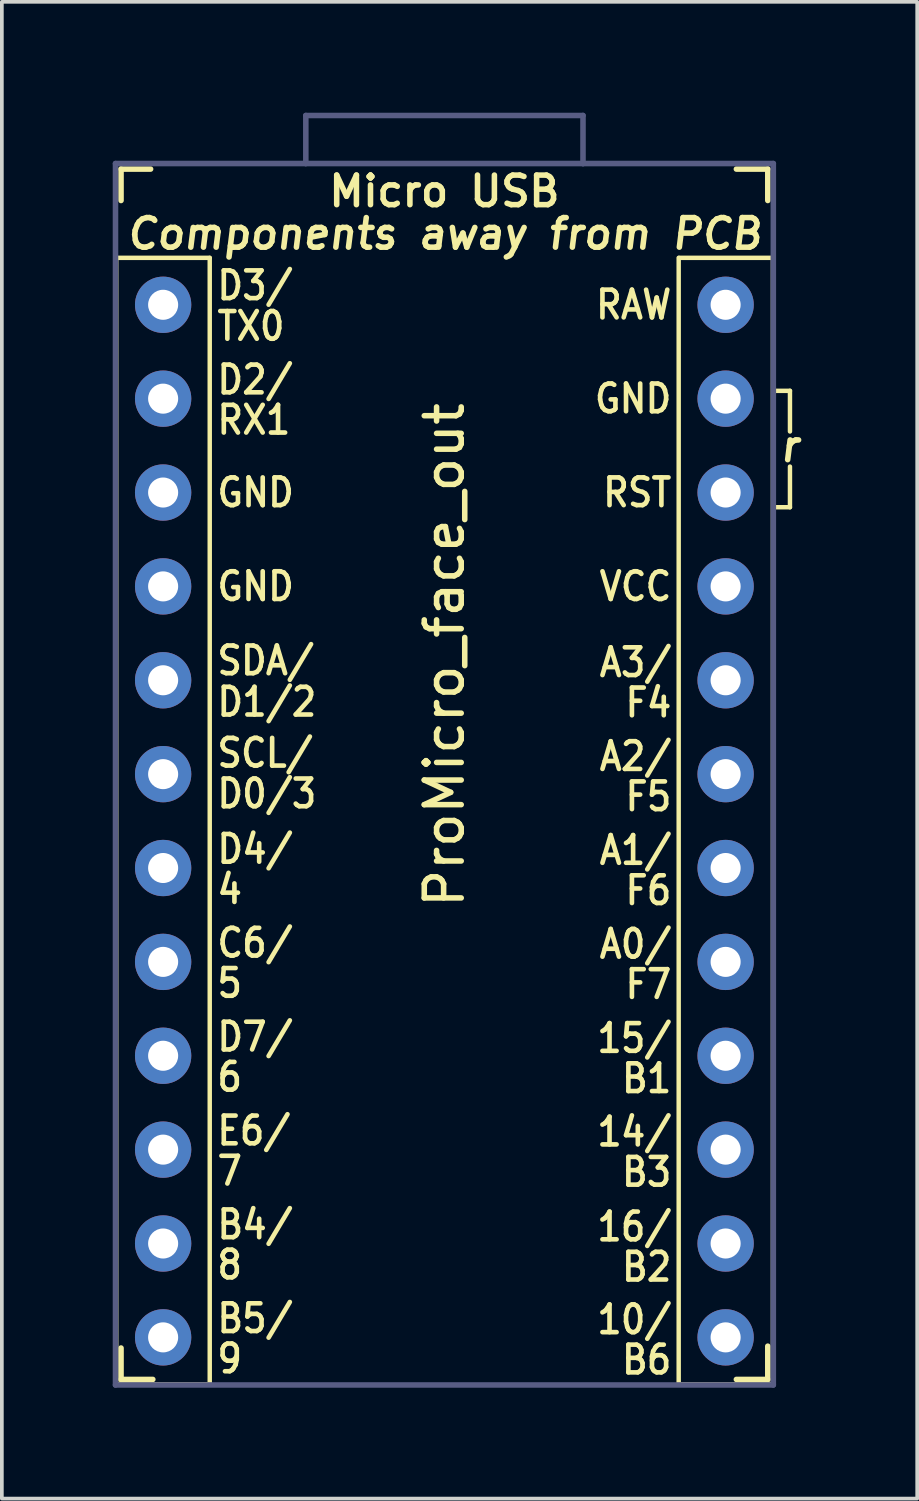
<source format=kicad_pcb>
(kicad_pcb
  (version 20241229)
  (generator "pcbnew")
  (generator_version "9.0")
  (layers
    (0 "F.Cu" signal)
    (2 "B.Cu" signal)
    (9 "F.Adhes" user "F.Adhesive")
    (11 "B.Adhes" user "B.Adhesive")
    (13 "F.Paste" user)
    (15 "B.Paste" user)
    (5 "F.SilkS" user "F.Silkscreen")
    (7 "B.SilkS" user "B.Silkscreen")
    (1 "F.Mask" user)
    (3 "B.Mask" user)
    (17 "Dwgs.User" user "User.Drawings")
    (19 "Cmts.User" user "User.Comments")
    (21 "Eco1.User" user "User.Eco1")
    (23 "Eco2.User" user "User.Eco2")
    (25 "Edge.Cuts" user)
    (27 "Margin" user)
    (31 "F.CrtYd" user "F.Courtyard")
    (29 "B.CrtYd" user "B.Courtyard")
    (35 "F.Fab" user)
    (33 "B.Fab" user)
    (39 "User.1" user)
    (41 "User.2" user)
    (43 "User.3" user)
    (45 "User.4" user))
  (footprint "ProMicro_face_out"
    (layer "F.Cu")
    (at 8.975 19.675)
    (property "Reference" "ProMicro_face_out" (at 0 -5 90) (layer "F.SilkS") (effects (font (size 1 1) (thickness 0.15))))
    (fp_line (start -8.89 -15.748) (end -6.35 -15.748) (stroke (width 0.12) (type solid)) (layer "F.SilkS"))
    (fp_line (start -8.89 14.732) (end -6.35 14.732) (stroke (width 0.12) (type solid)) (layer "F.SilkS"))
    (fp_line (start -8.881 -15.748) (end -8.881 14.732) (stroke (width 0.12) (type solid)) (layer "F.SilkS"))
    (fp_line (start -8.75 -18.15) (end -8.75 -17.3) (stroke (width 0.15) (type solid)) (layer "F.SilkS"))
    (fp_line (start -8.75 -18.15) (end -7.95 -18.15) (stroke (width 0.15) (type solid)) (layer "F.SilkS"))
    (fp_line (start -8.75 13.75) (end -8.75 14.6) (stroke (width 0.15) (type solid)) (layer "F.SilkS"))
    (fp_line (start -8.75 14.6) (end -7.89 14.6) (stroke (width 0.15) (type solid)) (layer "F.SilkS"))
    (fp_line (start -6.35 -15.748) (end -6.35 14.732) (stroke (width 0.12) (type solid)) (layer "F.SilkS"))
    (fp_line (start 6.339 -15.748) (end 6.339 14.732) (stroke (width 0.12) (type solid)) (layer "F.SilkS"))
    (fp_line (start 6.35 -15.748) (end 8.89 -15.748) (stroke (width 0.12) (type solid)) (layer "F.SilkS"))
    (fp_line (start 6.35 14.732) (end 8.89 14.732) (stroke (width 0.12) (type solid)) (layer "F.SilkS"))
    (fp_line (start 8.75 -18.15) (end 7.9 -18.15) (stroke (width 0.15) (type solid)) (layer "F.SilkS"))
    (fp_line (start 8.75 -18.15) (end 8.75 -17.3) (stroke (width 0.15) (type solid)) (layer "F.SilkS"))
    (fp_line (start 8.75 13.7) (end 8.75 14.6) (stroke (width 0.15) (type solid)) (layer "F.SilkS"))
    (fp_line (start 8.75 14.6) (end 7.9 14.6) (stroke (width 0.15) (type solid)) (layer "F.SilkS"))
    (fp_line (start 8.89 -15.748) (end 8.89 14.732) (stroke (width 0.12) (type solid)) (layer "F.SilkS"))
    (fp_line (start 8.9 -12.15) (end 9.35 -12.15) (stroke (width 0.12) (type solid)) (layer "F.SilkS"))
    (fp_line (start 9.35 -12.15) (end 9.35 -11.05) (stroke (width 0.12) (type solid)) (layer "F.SilkS"))
    (fp_line (start 9.35 -9) (end 8.9 -9) (stroke (width 0.12) (type solid)) (layer "F.SilkS"))
    (fp_line (start 9.35 -9) (end 9.35 -10.1) (stroke (width 0.12) (type solid)) (layer "F.SilkS"))
    (fp_line (start -8.9 -18.3) (end -8.9 14.75) (stroke (width 0.15) (type solid)) (layer "B.Fab"))
    (fp_line (start -8.9 14.75) (end 8.9 14.75) (stroke (width 0.15) (type solid)) (layer "B.Fab"))
    (fp_line (start -3.76 -18.3) (end -8.9 -18.3) (stroke (width 0.15) (type solid)) (layer "B.Fab"))
    (fp_line (start -3.75 -19.6) (end -3.75 -18.3) (stroke (width 0.15) (type solid)) (layer "B.Fab"))
    (fp_line (start 3.75 -19.6) (end -3.75 -19.6) (stroke (width 0.15) (type solid)) (layer "B.Fab"))
    (fp_line (start 3.75 -19.6) (end 3.75 -18.299) (stroke (width 0.15) (type solid)) (layer "B.Fab"))
    (fp_line (start 3.75 -18.3) (end -3.75 -18.3) (stroke (width 0.15) (type solid)) (layer "B.Fab"))
    (fp_line (start 8.9 -18.3) (end 3.75 -18.3) (stroke (width 0.15) (type solid)) (layer "B.Fab"))
    (fp_line (start 8.9 14.75) (end 8.9 -18.3) (stroke (width 0.15) (type solid)) (layer "B.Fab"))
    (fp_text user "B1" (at 6.209 6.456 0) (unlocked yes) (layer "F.SilkS") (effects (font (size 0.75 0.67) (thickness 0.125)) (justify right)))
    (fp_text user "B2" (at 6.209 11.556 0) (unlocked yes) (layer "F.SilkS") (effects (font (size 0.75 0.67) (thickness 0.125)) (justify right)))
    (fp_text user "4" (at -6.211 1.338 0) (unlocked yes) (layer "F.SilkS") (effects (font (size 0.75 0.67) (thickness 0.125)) (justify left)))
    (fp_text user "8" (at -6.211 11.498 0) (unlocked yes) (layer "F.SilkS") (effects (font (size 0.75 0.67) (thickness 0.125)) (justify left)))
    (fp_text user "B3" (at 6.209 8.988 0) (unlocked yes) (layer "F.SilkS") (effects (font (size 0.75 0.67) (thickness 0.125)) (justify right)))
    (fp_text user "B6" (at 6.209 14.068 0) (unlocked yes) (layer "F.SilkS") (effects (font (size 0.75 0.67) (thickness 0.125)) (justify right)))
    (fp_text user "GND" (at -6.211 -6.858 0) (unlocked yes) (layer "F.SilkS") (effects (font (size 0.75 0.67) (thickness 0.125)) (justify left)))
    (fp_text user "B5/" (at -6.211 12.95 0) (unlocked yes) (layer "F.SilkS") (effects (font (size 0.75 0.67) (thickness 0.125)) (justify left)))
    (fp_text user "15/" (at 6.209 5.368 0) (unlocked yes) (layer "F.SilkS") (effects (font (size 0.75 0.67) (thickness 0.125)) (justify right)))
    (fp_text user "F6" (at 6.209 1.368 0) (unlocked yes) (layer "F.SilkS") (effects (font (size 0.75 0.67) (thickness 0.125)) (justify right)))
    (fp_text user "RAW" (at 6.209 -14.478 0) (unlocked yes) (layer "F.SilkS") (effects (font (size 0.75 0.67) (thickness 0.125)) (justify right)))
    (fp_text user "D0/3" (at -6.211 -1.25 0) (unlocked yes) (layer "F.SilkS") (effects (font (size 0.75 0.67) (thickness 0.125)) (justify left)))
    (fp_text user "5" (at -6.211 3.878 0) (unlocked yes) (layer "F.SilkS") (effects (font (size 0.75 0.67) (thickness 0.125)) (justify left)))
    (fp_text user "A2/" (at 6.209 -2.26 0) (unlocked yes) (layer "F.SilkS") (effects (font (size 0.75 0.67) (thickness 0.125)) (justify right)))
    (fp_text user "9" (at -6.211 14.038 0) (unlocked yes) (layer "F.SilkS") (effects (font (size 0.75 0.67) (thickness 0.125)) (justify left)))
    (fp_text user "C6/" (at -6.211 2.79 0) (unlocked yes) (layer "F.SilkS") (effects (font (size 0.75 0.67) (thickness 0.125)) (justify left)))
    (fp_text user "SDA/" (at -6.211 -4.85 0) (unlocked yes) (layer "F.SilkS") (effects (font (size 0.75 0.67) (thickness 0.125)) (justify left)))
    (fp_text user "r" (at 9.35 -10.65 0) (unlocked yes) (layer "F.SilkS") (effects (font (size 0.8 0.8) (thickness 0.15) (italic yes))))
    (fp_text user "RX1" (at -6.211 -11.362 0) (unlocked yes) (layer "F.SilkS") (effects (font (size 0.75 0.67) (thickness 0.125)) (justify left)))
    (fp_text user "TX0" (at -6.211 -13.9 0) (unlocked yes) (layer "F.SilkS") (effects (font (size 0.75 0.67) (thickness 0.125)) (justify left)))
    (fp_text user "F4" (at 6.209 -3.712 0) (unlocked yes) (layer "F.SilkS") (effects (font (size 0.75 0.67) (thickness 0.125)) (justify right)))
    (fp_text user "SCL/" (at -6.211 -2.35 0) (unlocked yes) (layer "F.SilkS") (effects (font (size 0.75 0.67) (thickness 0.125)) (justify left)))
    (fp_text user "RST" (at 6.209 -9.398 0) (unlocked yes) (layer "F.SilkS") (effects (font (size 0.75 0.67) (thickness 0.125)) (justify right)))
    (fp_text user "D2/" (at -6.211 -12.45 0) (unlocked yes) (layer "F.SilkS") (effects (font (size 0.75 0.67) (thickness 0.125)) (justify left)))
    (fp_text user "F7" (at 6.209 3.908 0) (unlocked yes) (layer "F.SilkS") (effects (font (size 0.75 0.67) (thickness 0.125)) (justify right)))
    (fp_text user "A1/" (at 6.209 0.28 0) (unlocked yes) (layer "F.SilkS") (effects (font (size 0.75 0.67) (thickness 0.125)) (justify right)))
    (fp_text user "6" (at -6.211 6.418 0) (unlocked yes) (layer "F.SilkS") (effects (font (size 0.75 0.67) (thickness 0.125)) (justify left)))
    (fp_text user "E6/" (at -6.211 7.87 0) (unlocked yes) (layer "F.SilkS") (effects (font (size 0.75 0.67) (thickness 0.125)) (justify left)))
    (fp_text user "B4/" (at -6.211 10.41 0) (unlocked yes) (layer "F.SilkS") (effects (font (size 0.75 0.67) (thickness 0.125)) (justify left)))
    (fp_text user "F5" (at 6.209 -1.172 0) (unlocked yes) (layer "F.SilkS") (effects (font (size 0.75 0.67) (thickness 0.125)) (justify right)))
    (fp_text user "16/" (at 6.209 10.468 0) (unlocked yes) (layer "F.SilkS") (effects (font (size 0.75 0.67) (thickness 0.125)) (justify right)))
    (fp_text user "Components away from PCB" (at 0 -16.4 0) (unlocked yes) (layer "F.SilkS") (effects (font (size 0.8 0.8) (thickness 0.15) (italic yes))))
    (fp_text user "10/" (at 6.209 12.98 0) (unlocked yes) (layer "F.SilkS") (effects (font (size 0.75 0.67) (thickness 0.125)) (justify right)))
    (fp_text user "GND" (at 6.209 -11.938 0) (unlocked yes) (layer "F.SilkS") (effects (font (size 0.75 0.67) (thickness 0.125)) (justify right)))
    (fp_text user "D4/" (at -6.211 0.25 0) (unlocked yes) (layer "F.SilkS") (effects (font (size 0.75 0.67) (thickness 0.125)) (justify left)))
    (fp_text user "14/" (at 6.209 7.9 0) (unlocked yes) (layer "F.SilkS") (effects (font (size 0.75 0.67) (thickness 0.125)) (justify right)))
    (fp_text user "A3/" (at 6.209 -4.8 0) (unlocked yes) (layer "F.SilkS") (effects (font (size 0.75 0.67) (thickness 0.125)) (justify right)))
    (fp_text user "GND" (at -6.211 -9.398 0) (unlocked yes) (layer "F.SilkS") (effects (font (size 0.75 0.67) (thickness 0.125)) (justify left)))
    (fp_text user "VCC" (at 6.209 -6.858 0) (unlocked yes) (layer "F.SilkS") (effects (font (size 0.75 0.67) (thickness 0.125)) (justify right)))
    (fp_text user "D1/2" (at -6.211 -3.732 0) (unlocked yes) (layer "F.SilkS") (effects (font (size 0.75 0.67) (thickness 0.125)) (justify left)))
    (fp_text user "D3/" (at -6.211 -15 0) (unlocked yes) (layer "F.SilkS") (effects (font (size 0.75 0.67) (thickness 0.125)) (justify left)))
    (fp_text user "Micro USB" (at 0 -17.55 0) (unlocked yes) (layer "F.SilkS") (effects (font (size 0.8 0.8) (thickness 0.15))))
    (fp_text user "A0/" (at 6.209 2.82 0) (unlocked yes) (layer "F.SilkS") (effects (font (size 0.75 0.67) (thickness 0.125)) (justify right)))
    (fp_text user "D7/" (at -6.211 5.33 0) (unlocked yes) (layer "F.SilkS") (effects (font (size 0.75 0.67) (thickness 0.125)) (justify left)))
    (fp_text user "7" (at -6.211 8.958 0) (unlocked yes) (layer "F.SilkS") (effects (font (size 0.75 0.67) (thickness 0.125)) (justify left)))
    (pad "1" thru_hole circle (at -7.611 -14.478) (size 1.524 1.524) (drill 0.813) (layers "*.Cu" "*.Mask"))
    (pad "2" thru_hole circle (at -7.611 -11.938) (size 1.524 1.524) (drill 0.813) (layers "*.Cu" "*.Mask"))
    (pad "3" thru_hole circle (at -7.611 -9.398) (size 1.524 1.524) (drill 0.813) (layers "*.Cu" "*.Mask"))
    (pad "4" thru_hole circle (at -7.611 -6.858) (size 1.524 1.524) (drill 0.813) (layers "*.Cu" "*.Mask"))
    (pad "5" thru_hole circle (at -7.611 -4.318) (size 1.524 1.524) (drill 0.813) (layers "*.Cu" "*.Mask"))
    (pad "6" thru_hole circle (at -7.611 -1.778) (size 1.524 1.524) (drill 0.813) (layers "*.Cu" "*.Mask"))
    (pad "7" thru_hole circle (at -7.611 0.762) (size 1.524 1.524) (drill 0.813) (layers "*.Cu" "*.Mask"))
    (pad "8" thru_hole circle (at -7.611 3.302) (size 1.524 1.524) (drill 0.813) (layers "*.Cu" "*.Mask"))
    (pad "9" thru_hole circle (at -7.611 5.842) (size 1.524 1.524) (drill 0.813) (layers "*.Cu" "*.Mask"))
    (pad "10" thru_hole circle (at -7.611 8.382) (size 1.524 1.524) (drill 0.813) (layers "*.Cu" "*.Mask"))
    (pad "11" thru_hole circle (at -7.611 10.922) (size 1.524 1.524) (drill 0.813) (layers "*.Cu" "*.Mask"))
    (pad "12" thru_hole circle (at -7.611 13.462) (size 1.524 1.524) (drill 0.813) (layers "*.Cu" "*.Mask"))
    (pad "13" thru_hole circle (at 7.609 13.462) (size 1.524 1.524) (drill 0.813) (layers "*.Cu" "*.Mask"))
    (pad "14" thru_hole circle (at 7.609 10.922) (size 1.524 1.524) (drill 0.813) (layers "*.Cu" "*.Mask"))
    (pad "15" thru_hole circle (at 7.609 8.382) (size 1.524 1.524) (drill 0.813) (layers "*.Cu" "*.Mask"))
    (pad "16" thru_hole circle (at 7.609 5.842) (size 1.524 1.524) (drill 0.813) (layers "*.Cu" "*.Mask"))
    (pad "17" thru_hole circle (at 7.609 3.302) (size 1.524 1.524) (drill 0.813) (layers "*.Cu" "*.Mask"))
    (pad "18" thru_hole circle (at 7.609 0.762) (size 1.524 1.524) (drill 0.813) (layers "*.Cu" "*.Mask"))
    (pad "19" thru_hole circle (at 7.609 -1.778) (size 1.524 1.524) (drill 0.813) (layers "*.Cu" "*.Mask"))
    (pad "20" thru_hole circle (at 7.609 -4.318) (size 1.524 1.524) (drill 0.813) (layers "*.Cu" "*.Mask"))
    (pad "21" thru_hole circle (at 7.609 -6.858) (size 1.524 1.524) (drill 0.813) (layers "*.Cu" "*.Mask"))
    (pad "22" thru_hole circle (at 7.609 -9.398) (size 1.524 1.524) (drill 0.813) (layers "*.Cu" "*.Mask"))
    (pad "23" thru_hole circle (at 7.609 -11.938) (size 1.524 1.524) (drill 0.813) (layers "*.Cu" "*.Mask"))
    (pad "24" thru_hole circle (at 7.609 -14.478) (size 1.524 1.524) (drill 0.813) (layers "*.Cu" "*.Mask")))
  (gr_rect
    (start -3 -3)
    (end 21.768 37.5)
    (stroke (width 0.1) (type default))
    (fill no)
    (layer "Edge.Cuts")))
</source>
